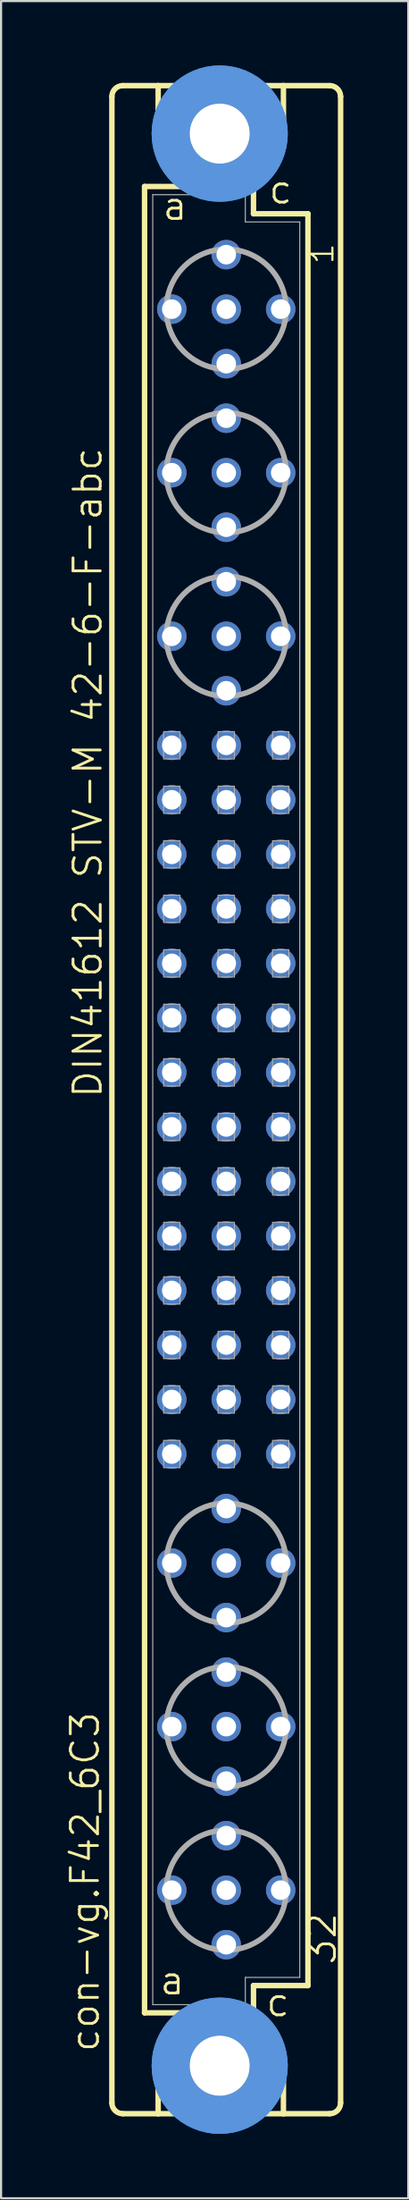
<source format=kicad_pcb>
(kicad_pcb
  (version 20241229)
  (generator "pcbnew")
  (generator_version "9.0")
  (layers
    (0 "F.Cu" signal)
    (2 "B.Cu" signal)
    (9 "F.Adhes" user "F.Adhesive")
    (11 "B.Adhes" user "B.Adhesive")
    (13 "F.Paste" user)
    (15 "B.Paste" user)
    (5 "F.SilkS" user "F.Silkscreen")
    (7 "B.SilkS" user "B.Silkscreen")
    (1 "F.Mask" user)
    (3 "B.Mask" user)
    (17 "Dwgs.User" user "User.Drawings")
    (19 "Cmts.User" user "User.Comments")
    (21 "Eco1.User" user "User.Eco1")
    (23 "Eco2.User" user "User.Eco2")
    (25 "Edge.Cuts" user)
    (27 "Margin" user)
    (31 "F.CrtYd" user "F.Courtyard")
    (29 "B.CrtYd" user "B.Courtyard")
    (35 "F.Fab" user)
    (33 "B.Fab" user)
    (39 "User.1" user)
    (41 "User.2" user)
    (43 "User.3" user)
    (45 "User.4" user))
  (footprint "con-vg.F42_6C3"
    (layer "F.Cu")
    (at 7.502 48.184)
    (property "Reference" "con-vg.F42_6C3" (at -5.842 44.45 90) (layer "F.SilkS") (effects (font (size 1.27 1.27) (thickness 0.13)) (justify left bottom)))
    (attr through_hole)
    (fp_line (start -5.334 46.736) (end -5.334 -46.736) (stroke (width 0.254) (type default)) (layer "F.SilkS"))
    (fp_line (start -4.826 -47.244) (end -3.175 -47.244) (stroke (width 0.254) (type default)) (layer "F.SilkS"))
    (fp_line (start -4.826 47.244) (end -3.175 47.244) (stroke (width 0.254) (type default)) (layer "F.SilkS"))
    (fp_line (start -3.81 -42.545) (end -3.81 42.545) (stroke (width 0.254) (type default)) (layer "F.SilkS"))
    (fp_line (start -3.81 42.545) (end -1.651 42.545) (stroke (width 0.254) (type default)) (layer "F.SilkS"))
    (fp_line (start -3.175 -47.244) (end -3.175 -44.45) (stroke (width 0.254) (type default)) (layer "F.SilkS"))
    (fp_line (start -3.175 47.244) (end -3.175 44.45) (stroke (width 0.254) (type default)) (layer "F.SilkS"))
    (fp_line (start -3.175 47.244) (end 2.667 47.244) (stroke (width 0.254) (type default)) (layer "F.SilkS"))
    (fp_line (start -1.651 -42.545) (end -3.81 -42.545) (stroke (width 0.254) (type default)) (layer "F.SilkS"))
    (fp_line (start -1.651 -42.545) (end -3.175 -44.45) (stroke (width 0.254) (type default)) (layer "F.SilkS"))
    (fp_line (start -1.651 42.545) (end -3.175 44.45) (stroke (width 0.254) (type default)) (layer "F.SilkS"))
    (fp_line (start -1.651 42.545) (end 1.143 42.545) (stroke (width 0.254) (type default)) (layer "F.SilkS"))
    (fp_line (start 1.143 -42.545) (end -1.651 -42.545) (stroke (width 0.254) (type default)) (layer "F.SilkS"))
    (fp_line (start 1.143 -42.545) (end 2.667 -44.45) (stroke (width 0.254) (type default)) (layer "F.SilkS"))
    (fp_line (start 1.143 42.545) (end 1.27 42.545) (stroke (width 0.254) (type default)) (layer "F.SilkS"))
    (fp_line (start 1.143 42.545) (end 2.667 44.45) (stroke (width 0.254) (type default)) (layer "F.SilkS"))
    (fp_line (start 1.27 -42.545) (end 1.143 -42.545) (stroke (width 0.254) (type default)) (layer "F.SilkS"))
    (fp_line (start 1.27 -41.275) (end 1.27 -42.545) (stroke (width 0.254) (type default)) (layer "F.SilkS"))
    (fp_line (start 1.27 41.275) (end 3.81 41.275) (stroke (width 0.254) (type default)) (layer "F.SilkS"))
    (fp_line (start 1.27 42.545) (end 1.27 41.275) (stroke (width 0.254) (type default)) (layer "F.SilkS"))
    (fp_line (start 2.667 -47.244) (end -3.175 -47.244) (stroke (width 0.254) (type default)) (layer "F.SilkS"))
    (fp_line (start 2.667 -47.244) (end 2.667 -44.45) (stroke (width 0.254) (type default)) (layer "F.SilkS"))
    (fp_line (start 2.667 47.244) (end 2.667 44.45) (stroke (width 0.254) (type default)) (layer "F.SilkS"))
    (fp_line (start 2.667 47.244) (end 4.826 47.244) (stroke (width 0.254) (type default)) (layer "F.SilkS"))
    (fp_line (start 3.81 -41.275) (end 1.27 -41.275) (stroke (width 0.254) (type default)) (layer "F.SilkS"))
    (fp_line (start 3.81 41.275) (end 3.81 -41.275) (stroke (width 0.254) (type default)) (layer "F.SilkS"))
    (fp_line (start 4.826 -47.244) (end 2.667 -47.244) (stroke (width 0.254) (type default)) (layer "F.SilkS"))
    (fp_line (start 5.334 46.736) (end 5.334 -46.736) (stroke (width 0.254) (type default)) (layer "F.SilkS"))
    (fp_arc (start -5.334 -46.736) (mid -5.18521 -47.09521) (end -4.826 -47.244) (stroke (width 0.254) (type default)) (layer "F.SilkS"))
    (fp_arc (start -4.826 47.244) (mid -5.18521 47.09521) (end -5.334 46.736) (stroke (width 0.254) (type default)) (layer "F.SilkS"))
    (fp_arc (start 4.826 -47.244) (mid 5.18521 -47.09521) (end 5.334 -46.736) (stroke (width 0.254) (type default)) (layer "F.SilkS"))
    (fp_arc (start 5.334 46.736) (mid 5.18521 47.09521) (end 4.826 47.244) (stroke (width 0.254) (type default)) (layer "F.SilkS"))
    (fp_circle (center -0.305 -45.009) (end 0.965 -45.009) (stroke (width 0.254) (type default)) (fill no) (layer "F.SilkS"))
    (fp_circle (center -0.305 45.009) (end 0.965 45.009) (stroke (width 0.254) (type default)) (fill no) (layer "F.SilkS"))
    (fp_circle (center -0.305 -45.009) (end 1.981 -45.009) (stroke (width 1.778) (type default)) (fill no) (layer "Cmts.User"))
    (fp_circle (center -0.305 -45.009) (end 1.981 -45.009) (stroke (width 1.778) (type default)) (fill no) (layer "Cmts.User"))
    (fp_circle (center -0.305 45.009) (end 1.981 45.009) (stroke (width 1.778) (type default)) (fill no) (layer "Cmts.User"))
    (fp_circle (center -0.305 45.009) (end 1.981 45.009) (stroke (width 1.778) (type default)) (fill no) (layer "Cmts.User"))
    (fp_line (start -3.429 -42.164) (end -3.429 42.164) (stroke (width 0.051) (type default)) (layer "F.Fab"))
    (fp_line (start -3.429 -42.164) (end 0.889 -42.164) (stroke (width 0.051) (type default)) (layer "F.Fab"))
    (fp_line (start -3.429 42.164) (end 0.889 42.164) (stroke (width 0.051) (type default)) (layer "F.Fab"))
    (fp_line (start 0.889 -42.164) (end 0.889 -40.894) (stroke (width 0.051) (type default)) (layer "F.Fab"))
    (fp_line (start 0.889 -40.894) (end 3.429 -40.894) (stroke (width 0.051) (type default)) (layer "F.Fab"))
    (fp_line (start 0.889 40.894) (end 3.429 40.894) (stroke (width 0.051) (type default)) (layer "F.Fab"))
    (fp_line (start 0.889 42.164) (end 0.889 40.894) (stroke (width 0.051) (type default)) (layer "F.Fab"))
    (fp_line (start 3.429 -40.894) (end 3.429 40.894) (stroke (width 0.051) (type default)) (layer "F.Fab"))
    (fp_rect (start -2.921 -15.875) (end -2.159 -17.145) (stroke (width 0.05) (type default)) (fill no) (layer "F.Fab"))
    (fp_rect (start -2.921 -13.335) (end -2.159 -14.605) (stroke (width 0.05) (type default)) (fill no) (layer "F.Fab"))
    (fp_rect (start -2.921 -10.795) (end -2.159 -12.065) (stroke (width 0.05) (type default)) (fill no) (layer "F.Fab"))
    (fp_rect (start -2.921 -8.255) (end -2.159 -9.525) (stroke (width 0.05) (type default)) (fill no) (layer "F.Fab"))
    (fp_rect (start -2.921 -5.715) (end -2.159 -6.985) (stroke (width 0.05) (type default)) (fill no) (layer "F.Fab"))
    (fp_rect (start -2.921 -3.175) (end -2.159 -4.445) (stroke (width 0.05) (type default)) (fill no) (layer "F.Fab"))
    (fp_rect (start -2.921 -0.635) (end -2.159 -1.905) (stroke (width 0.05) (type default)) (fill no) (layer "F.Fab"))
    (fp_rect (start -2.921 1.905) (end -2.159 0.635) (stroke (width 0.05) (type default)) (fill no) (layer "F.Fab"))
    (fp_rect (start -2.921 4.445) (end -2.159 3.175) (stroke (width 0.05) (type default)) (fill no) (layer "F.Fab"))
    (fp_rect (start -2.921 6.985) (end -2.159 5.715) (stroke (width 0.05) (type default)) (fill no) (layer "F.Fab"))
    (fp_rect (start -2.921 9.525) (end -2.159 8.255) (stroke (width 0.05) (type default)) (fill no) (layer "F.Fab"))
    (fp_rect (start -2.921 12.065) (end -2.159 10.795) (stroke (width 0.05) (type default)) (fill no) (layer "F.Fab"))
    (fp_rect (start -2.921 14.605) (end -2.159 13.335) (stroke (width 0.05) (type default)) (fill no) (layer "F.Fab"))
    (fp_rect (start -2.921 17.145) (end -2.159 15.875) (stroke (width 0.05) (type default)) (fill no) (layer "F.Fab"))
    (fp_rect (start -0.381 -15.875) (end 0.381 -17.145) (stroke (width 0.05) (type default)) (fill no) (layer "F.Fab"))
    (fp_rect (start -0.381 -13.335) (end 0.381 -14.605) (stroke (width 0.05) (type default)) (fill no) (layer "F.Fab"))
    (fp_rect (start -0.381 -10.795) (end 0.381 -12.065) (stroke (width 0.05) (type default)) (fill no) (layer "F.Fab"))
    (fp_rect (start -0.381 -8.255) (end 0.381 -9.525) (stroke (width 0.05) (type default)) (fill no) (layer "F.Fab"))
    (fp_rect (start -0.381 -5.715) (end 0.381 -6.985) (stroke (width 0.05) (type default)) (fill no) (layer "F.Fab"))
    (fp_rect (start -0.381 -3.175) (end 0.381 -4.445) (stroke (width 0.05) (type default)) (fill no) (layer "F.Fab"))
    (fp_rect (start -0.381 -0.635) (end 0.381 -1.905) (stroke (width 0.05) (type default)) (fill no) (layer "F.Fab"))
    (fp_rect (start -0.381 1.905) (end 0.381 0.635) (stroke (width 0.05) (type default)) (fill no) (layer "F.Fab"))
    (fp_rect (start -0.381 4.445) (end 0.381 3.175) (stroke (width 0.05) (type default)) (fill no) (layer "F.Fab"))
    (fp_rect (start -0.381 6.985) (end 0.381 5.715) (stroke (width 0.05) (type default)) (fill no) (layer "F.Fab"))
    (fp_rect (start -0.381 9.525) (end 0.381 8.255) (stroke (width 0.05) (type default)) (fill no) (layer "F.Fab"))
    (fp_rect (start -0.381 12.065) (end 0.381 10.795) (stroke (width 0.05) (type default)) (fill no) (layer "F.Fab"))
    (fp_rect (start -0.381 14.605) (end 0.381 13.335) (stroke (width 0.05) (type default)) (fill no) (layer "F.Fab"))
    (fp_rect (start -0.381 17.145) (end 0.381 15.875) (stroke (width 0.05) (type default)) (fill no) (layer "F.Fab"))
    (fp_rect (start 2.159 -15.875) (end 2.921 -17.145) (stroke (width 0.05) (type default)) (fill no) (layer "F.Fab"))
    (fp_rect (start 2.159 -13.335) (end 2.921 -14.605) (stroke (width 0.05) (type default)) (fill no) (layer "F.Fab"))
    (fp_rect (start 2.159 -10.795) (end 2.921 -12.065) (stroke (width 0.05) (type default)) (fill no) (layer "F.Fab"))
    (fp_rect (start 2.159 -8.255) (end 2.921 -9.525) (stroke (width 0.05) (type default)) (fill no) (layer "F.Fab"))
    (fp_rect (start 2.159 -5.715) (end 2.921 -6.985) (stroke (width 0.05) (type default)) (fill no) (layer "F.Fab"))
    (fp_rect (start 2.159 -3.175) (end 2.921 -4.445) (stroke (width 0.05) (type default)) (fill no) (layer "F.Fab"))
    (fp_rect (start 2.159 -0.635) (end 2.921 -1.905) (stroke (width 0.05) (type default)) (fill no) (layer "F.Fab"))
    (fp_rect (start 2.159 1.905) (end 2.921 0.635) (stroke (width 0.05) (type default)) (fill no) (layer "F.Fab"))
    (fp_rect (start 2.159 4.445) (end 2.921 3.175) (stroke (width 0.05) (type default)) (fill no) (layer "F.Fab"))
    (fp_rect (start 2.159 6.985) (end 2.921 5.715) (stroke (width 0.05) (type default)) (fill no) (layer "F.Fab"))
    (fp_rect (start 2.159 9.525) (end 2.921 8.255) (stroke (width 0.05) (type default)) (fill no) (layer "F.Fab"))
    (fp_rect (start 2.159 12.065) (end 2.921 10.795) (stroke (width 0.05) (type default)) (fill no) (layer "F.Fab"))
    (fp_rect (start 2.159 14.605) (end 2.921 13.335) (stroke (width 0.05) (type default)) (fill no) (layer "F.Fab"))
    (fp_rect (start 2.159 17.145) (end 2.921 15.875) (stroke (width 0.05) (type default)) (fill no) (layer "F.Fab"))
    (fp_circle (center 0 -36.83) (end 2.794 -36.83) (stroke (width 0.254) (type default)) (fill no) (layer "F.Fab"))
    (fp_circle (center 0 -29.21) (end 2.794 -29.21) (stroke (width 0.254) (type default)) (fill no) (layer "F.Fab"))
    (fp_circle (center 0 -21.59) (end 2.794 -21.59) (stroke (width 0.254) (type default)) (fill no) (layer "F.Fab"))
    (fp_circle (center 0 21.59) (end 2.794 21.59) (stroke (width 0.254) (type default)) (fill no) (layer "F.Fab"))
    (fp_circle (center 0 29.21) (end 2.794 29.21) (stroke (width 0.254) (type default)) (fill no) (layer "F.Fab"))
    (fp_circle (center 0 36.83) (end 2.794 36.83) (stroke (width 0.254) (type default)) (fill no) (layer "F.Fab"))
    (fp_text user "1" (at 5.08 -38.862 90) (layer "F.SilkS") (effects (font (size 1.016 1.016) (thickness 0.1)) (justify left bottom)))
    (fp_text user "c" (at 1.905 -41.656 0) (layer "F.SilkS") (effects (font (size 1.27 1.27) (thickness 0.13)) (justify left bottom)))
    (fp_text user "a " (at -3.175 41.783 0) (layer "F.SilkS") (effects (font (size 1.27 1.27) (thickness 0.13)) (justify left bottom)))
    (fp_text user "DIN41612 STV-M 42-6-F-abc" (at -5.715 0 90) (layer "F.SilkS") (effects (font (size 1.27 1.27) (thickness 0.13)) (justify left bottom)))
    (fp_text user "c " (at 1.778 42.799 0) (layer "F.SilkS") (effects (font (size 1.27 1.27) (thickness 0.13)) (justify left bottom)))
    (fp_text user "32" (at 5.207 40.386 90) (layer "F.SilkS") (effects (font (size 1.27 1.27) (thickness 0.13)) (justify left bottom)))
    (fp_text user "a" (at -3.048 -40.894 0) (layer "F.SilkS") (effects (font (size 1.27 1.27) (thickness 0.13)) (justify left bottom)))
    (pad "" np_thru_hole circle (at -0.305 -45.009) (size 2.794 2.794) (drill 2.794) (layers "*.Cu" "*.Mask"))
    (pad "" np_thru_hole circle (at -0.305 45.009) (size 2.794 2.794) (drill 2.794) (layers "*.Cu" "*.Mask"))
    (pad "A2" thru_hole circle (at -2.54 -36.83) (size 1.372 1.372) (drill 0.914) (layers "*.Cu" "*.Mask"))
    (pad "A5" thru_hole circle (at -2.54 -29.21) (size 1.372 1.372) (drill 0.914) (layers "*.Cu" "*.Mask"))
    (pad "A8" thru_hole circle (at -2.54 -21.59) (size 1.372 1.372) (drill 0.914) (layers "*.Cu" "*.Mask"))
    (pad "A10" thru_hole circle (at -2.54 -16.51) (size 1.372 1.372) (drill 0.914) (layers "*.Cu" "*.Mask"))
    (pad "A11" thru_hole circle (at -2.54 -13.97) (size 1.372 1.372) (drill 0.914) (layers "*.Cu" "*.Mask"))
    (pad "A12" thru_hole circle (at -2.54 -11.43) (size 1.372 1.372) (drill 0.914) (layers "*.Cu" "*.Mask"))
    (pad "A13" thru_hole circle (at -2.54 -8.89) (size 1.372 1.372) (drill 0.914) (layers "*.Cu" "*.Mask"))
    (pad "A14" thru_hole circle (at -2.54 -6.35) (size 1.372 1.372) (drill 0.914) (layers "*.Cu" "*.Mask"))
    (pad "A15" thru_hole circle (at -2.54 -3.81) (size 1.372 1.372) (drill 0.914) (layers "*.Cu" "*.Mask"))
    (pad "A16" thru_hole circle (at -2.54 -1.27) (size 1.372 1.372) (drill 0.914) (layers "*.Cu" "*.Mask"))
    (pad "A17" thru_hole circle (at -2.54 1.27) (size 1.372 1.372) (drill 0.914) (layers "*.Cu" "*.Mask"))
    (pad "A18" thru_hole circle (at -2.54 3.81) (size 1.372 1.372) (drill 0.914) (layers "*.Cu" "*.Mask"))
    (pad "A19" thru_hole circle (at -2.54 6.35) (size 1.372 1.372) (drill 0.914) (layers "*.Cu" "*.Mask"))
    (pad "A20" thru_hole circle (at -2.54 8.89) (size 1.372 1.372) (drill 0.914) (layers "*.Cu" "*.Mask"))
    (pad "A21" thru_hole circle (at -2.54 11.43) (size 1.372 1.372) (drill 0.914) (layers "*.Cu" "*.Mask"))
    (pad "A22" thru_hole circle (at -2.54 13.97) (size 1.372 1.372) (drill 0.914) (layers "*.Cu" "*.Mask"))
    (pad "A23" thru_hole circle (at -2.54 16.51) (size 1.372 1.372) (drill 0.914) (layers "*.Cu" "*.Mask"))
    (pad "A25" thru_hole circle (at -2.54 21.59) (size 1.372 1.372) (drill 0.914) (layers "*.Cu" "*.Mask"))
    (pad "A28" thru_hole circle (at -2.54 29.21) (size 1.372 1.372) (drill 0.914) (layers "*.Cu" "*.Mask"))
    (pad "A31" thru_hole circle (at -2.54 36.83) (size 1.372 1.372) (drill 0.914) (layers "*.Cu" "*.Mask"))
    (pad "B1" thru_hole circle (at 0 -39.37) (size 1.372 1.372) (drill 0.914) (layers "*.Cu" "*.Mask"))
    (pad "B2" thru_hole circle (at 0 -36.83) (size 1.372 1.372) (drill 0.914) (layers "*.Cu" "*.Mask"))
    (pad "B3" thru_hole circle (at 0 -34.29) (size 1.372 1.372) (drill 0.914) (layers "*.Cu" "*.Mask"))
    (pad "B4" thru_hole circle (at 0 -31.75) (size 1.372 1.372) (drill 0.914) (layers "*.Cu" "*.Mask"))
    (pad "B5" thru_hole circle (at 0 -29.21) (size 1.372 1.372) (drill 0.914) (layers "*.Cu" "*.Mask"))
    (pad "B6" thru_hole circle (at 0 -26.67) (size 1.372 1.372) (drill 0.914) (layers "*.Cu" "*.Mask"))
    (pad "B7" thru_hole circle (at 0 -24.13) (size 1.372 1.372) (drill 0.914) (layers "*.Cu" "*.Mask"))
    (pad "B8" thru_hole circle (at 0 -21.59) (size 1.372 1.372) (drill 0.914) (layers "*.Cu" "*.Mask"))
    (pad "B9" thru_hole circle (at 0 -19.05) (size 1.372 1.372) (drill 0.914) (layers "*.Cu" "*.Mask"))
    (pad "B10" thru_hole circle (at 0 -16.51) (size 1.372 1.372) (drill 0.914) (layers "*.Cu" "*.Mask"))
    (pad "B11" thru_hole circle (at 0 -13.97) (size 1.372 1.372) (drill 0.914) (layers "*.Cu" "*.Mask"))
    (pad "B12" thru_hole circle (at 0 -11.43) (size 1.372 1.372) (drill 0.914) (layers "*.Cu" "*.Mask"))
    (pad "B13" thru_hole circle (at 0 -8.89) (size 1.372 1.372) (drill 0.914) (layers "*.Cu" "*.Mask"))
    (pad "B14" thru_hole circle (at 0 -6.35) (size 1.372 1.372) (drill 0.914) (layers "*.Cu" "*.Mask"))
    (pad "B15" thru_hole circle (at 0 -3.81) (size 1.372 1.372) (drill 0.914) (layers "*.Cu" "*.Mask"))
    (pad "B16" thru_hole circle (at 0 -1.27) (size 1.372 1.372) (drill 0.914) (layers "*.Cu" "*.Mask"))
    (pad "B17" thru_hole circle (at 0 1.27) (size 1.372 1.372) (drill 0.914) (layers "*.Cu" "*.Mask"))
    (pad "B18" thru_hole circle (at 0 3.81) (size 1.372 1.372) (drill 0.914) (layers "*.Cu" "*.Mask"))
    (pad "B19" thru_hole circle (at 0 6.35) (size 1.372 1.372) (drill 0.914) (layers "*.Cu" "*.Mask"))
    (pad "B20" thru_hole circle (at 0 8.89) (size 1.372 1.372) (drill 0.914) (layers "*.Cu" "*.Mask"))
    (pad "B21" thru_hole circle (at 0 11.43) (size 1.372 1.372) (drill 0.914) (layers "*.Cu" "*.Mask"))
    (pad "B22" thru_hole circle (at 0 13.97) (size 1.372 1.372) (drill 0.914) (layers "*.Cu" "*.Mask"))
    (pad "B23" thru_hole circle (at 0 16.51) (size 1.372 1.372) (drill 0.914) (layers "*.Cu" "*.Mask"))
    (pad "B24" thru_hole circle (at 0 19.05) (size 1.372 1.372) (drill 0.914) (layers "*.Cu" "*.Mask"))
    (pad "B25" thru_hole circle (at 0 21.59) (size 1.372 1.372) (drill 0.914) (layers "*.Cu" "*.Mask"))
    (pad "B26" thru_hole circle (at 0 24.13) (size 1.372 1.372) (drill 0.914) (layers "*.Cu" "*.Mask"))
    (pad "B27" thru_hole circle (at 0 26.67) (size 1.372 1.372) (drill 0.914) (layers "*.Cu" "*.Mask"))
    (pad "B28" thru_hole circle (at 0 29.21) (size 1.372 1.372) (drill 0.914) (layers "*.Cu" "*.Mask"))
    (pad "B29" thru_hole circle (at 0 31.75) (size 1.372 1.372) (drill 0.914) (layers "*.Cu" "*.Mask"))
    (pad "B30" thru_hole circle (at 0 34.29) (size 1.372 1.372) (drill 0.914) (layers "*.Cu" "*.Mask"))
    (pad "B31" thru_hole circle (at 0 36.83) (size 1.372 1.372) (drill 0.914) (layers "*.Cu" "*.Mask"))
    (pad "B32" thru_hole circle (at 0 39.37) (size 1.372 1.372) (drill 0.914) (layers "*.Cu" "*.Mask"))
    (pad "C2" thru_hole circle (at 2.54 -36.83) (size 1.372 1.372) (drill 0.914) (layers "*.Cu" "*.Mask"))
    (pad "C5" thru_hole circle (at 2.54 -29.21) (size 1.372 1.372) (drill 0.914) (layers "*.Cu" "*.Mask"))
    (pad "C8" thru_hole circle (at 2.54 -21.59) (size 1.372 1.372) (drill 0.914) (layers "*.Cu" "*.Mask"))
    (pad "C10" thru_hole circle (at 2.54 -16.51) (size 1.372 1.372) (drill 0.914) (layers "*.Cu" "*.Mask"))
    (pad "C11" thru_hole circle (at 2.54 -13.97) (size 1.372 1.372) (drill 0.914) (layers "*.Cu" "*.Mask"))
    (pad "C12" thru_hole circle (at 2.54 -11.43) (size 1.372 1.372) (drill 0.914) (layers "*.Cu" "*.Mask"))
    (pad "C13" thru_hole circle (at 2.54 -8.89) (size 1.372 1.372) (drill 0.914) (layers "*.Cu" "*.Mask"))
    (pad "C14" thru_hole circle (at 2.54 -6.35) (size 1.372 1.372) (drill 0.914) (layers "*.Cu" "*.Mask"))
    (pad "C15" thru_hole circle (at 2.54 -3.81) (size 1.372 1.372) (drill 0.914) (layers "*.Cu" "*.Mask"))
    (pad "C16" thru_hole circle (at 2.54 -1.27) (size 1.372 1.372) (drill 0.914) (layers "*.Cu" "*.Mask"))
    (pad "C17" thru_hole circle (at 2.54 1.27) (size 1.372 1.372) (drill 0.914) (layers "*.Cu" "*.Mask"))
    (pad "C18" thru_hole circle (at 2.54 3.81) (size 1.372 1.372) (drill 0.914) (layers "*.Cu" "*.Mask"))
    (pad "C19" thru_hole circle (at 2.54 6.35) (size 1.372 1.372) (drill 0.914) (layers "*.Cu" "*.Mask"))
    (pad "C20" thru_hole circle (at 2.54 8.89) (size 1.372 1.372) (drill 0.914) (layers "*.Cu" "*.Mask"))
    (pad "C21" thru_hole circle (at 2.54 11.43) (size 1.372 1.372) (drill 0.914) (layers "*.Cu" "*.Mask"))
    (pad "C22" thru_hole circle (at 2.54 13.97) (size 1.372 1.372) (drill 0.914) (layers "*.Cu" "*.Mask"))
    (pad "C23" thru_hole circle (at 2.54 16.51) (size 1.372 1.372) (drill 0.914) (layers "*.Cu" "*.Mask"))
    (pad "C25" thru_hole circle (at 2.54 21.59) (size 1.372 1.372) (drill 0.914) (layers "*.Cu" "*.Mask"))
    (pad "C28" thru_hole circle (at 2.54 29.21) (size 1.372 1.372) (drill 0.914) (layers "*.Cu" "*.Mask"))
    (pad "C31" thru_hole circle (at 2.54 36.83) (size 1.372 1.372) (drill 0.914) (layers "*.Cu" "*.Mask")))
  (gr_rect
    (start -3 -3)
    (end 15.991 99.368)
    (stroke (width 0.1) (type default))
    (fill no)
    (layer "Edge.Cuts")))
</source>
